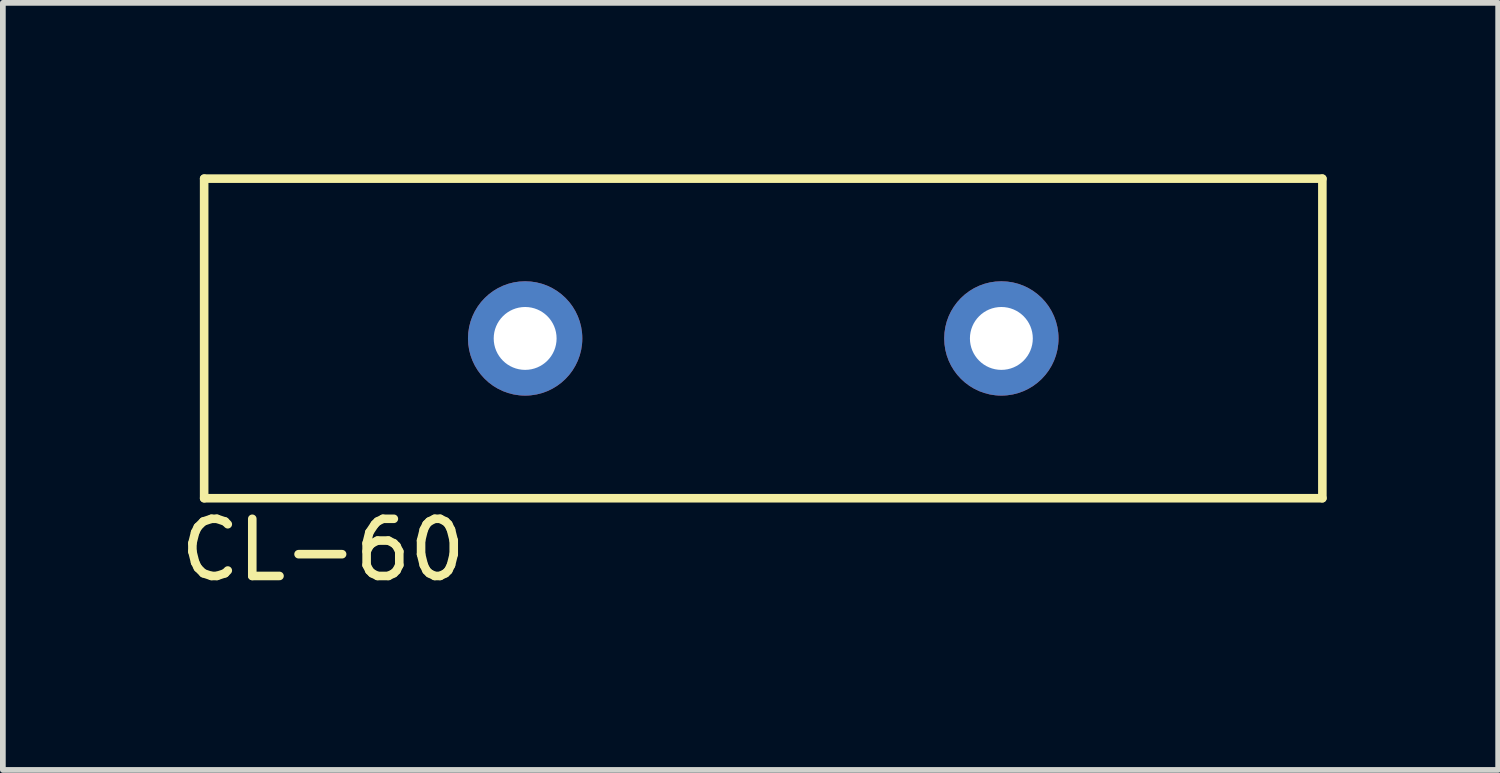
<source format=kicad_pcb>
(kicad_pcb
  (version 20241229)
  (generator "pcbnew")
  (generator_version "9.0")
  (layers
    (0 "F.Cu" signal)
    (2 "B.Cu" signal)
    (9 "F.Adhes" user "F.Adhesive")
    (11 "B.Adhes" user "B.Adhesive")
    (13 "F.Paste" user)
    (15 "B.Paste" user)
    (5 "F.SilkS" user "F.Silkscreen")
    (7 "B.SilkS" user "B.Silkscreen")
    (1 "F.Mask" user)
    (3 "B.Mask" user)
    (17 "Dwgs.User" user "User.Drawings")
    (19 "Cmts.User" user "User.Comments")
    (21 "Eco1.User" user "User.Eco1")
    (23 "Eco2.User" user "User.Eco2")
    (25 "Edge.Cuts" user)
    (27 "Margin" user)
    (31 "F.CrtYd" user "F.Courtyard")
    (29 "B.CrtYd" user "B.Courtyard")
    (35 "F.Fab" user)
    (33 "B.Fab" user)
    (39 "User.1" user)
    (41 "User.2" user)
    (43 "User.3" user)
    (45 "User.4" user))
  (footprint "CL-60"
    (layer "F.Cu")
    (at 10.301 2.87)
    (property "Reference" "CL-60" (at -7.7 3.7 0) (layer "F.SilkS") (effects (font (size 1 1) (thickness 0.15))))
    (attr through_hole)
    (fp_line (start -9.78 -2.795) (end -9.78 2.795) (stroke (width 0.15) (type solid)) (layer "F.SilkS"))
    (fp_line (start -9.78 2.795) (end 9.78 2.795) (stroke (width 0.15) (type solid)) (layer "F.SilkS"))
    (fp_line (start 9.78 -2.795) (end -9.78 -2.795) (stroke (width 0.15) (type solid)) (layer "F.SilkS"))
    (fp_line (start 9.78 2.795) (end 9.78 -2.795) (stroke (width 0.15) (type solid)) (layer "F.SilkS"))
    (pad "1" thru_hole circle (at -4.165 0) (size 2 2) (drill 1.1) (layers "*.Cu" "*.Mask"))
    (pad "2" thru_hole circle (at 4.165 0) (size 2 2) (drill 1.1) (layers "*.Cu" "*.Mask")))
  (gr_rect
    (start -3 -3)
    (end 23.156 10.418)
    (stroke (width 0.1) (type default))
    (fill no)
    (layer "Edge.Cuts")))
</source>
